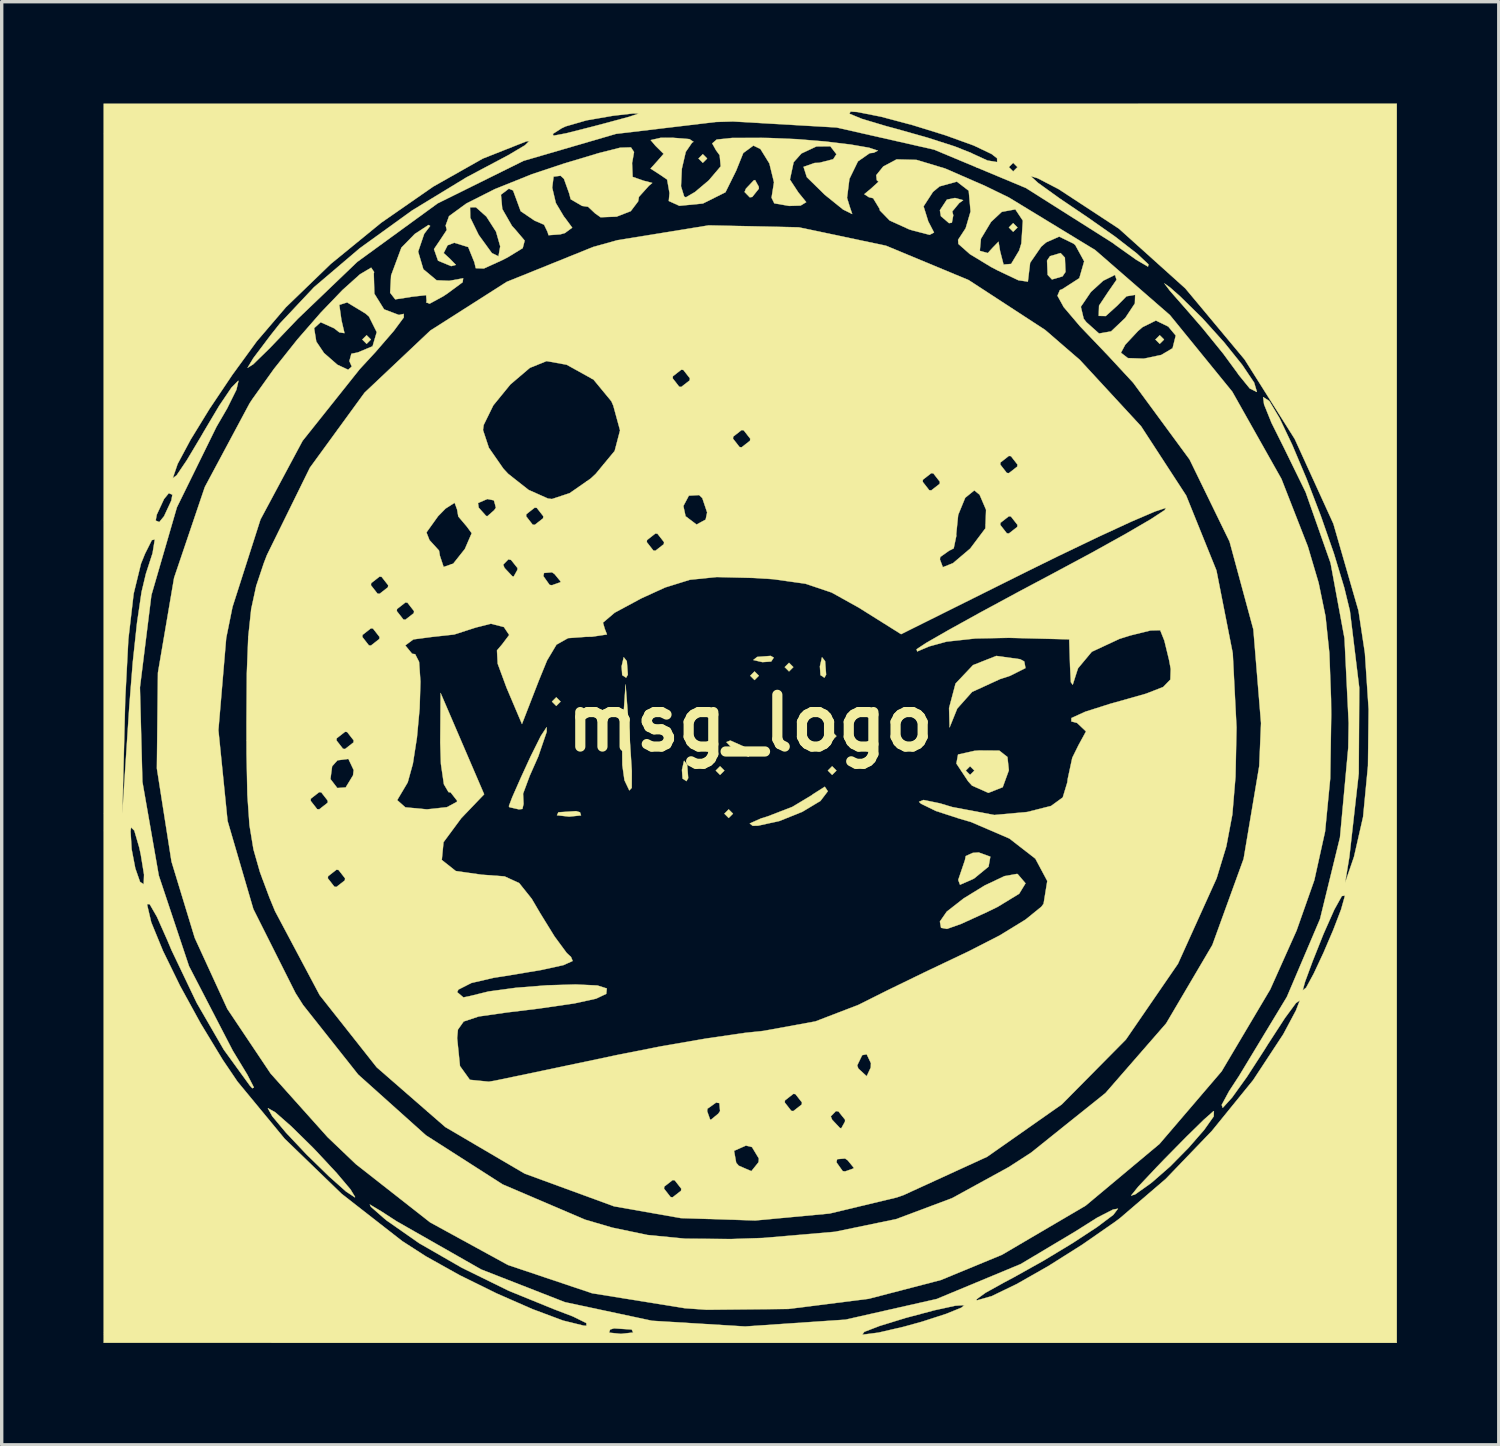
<source format=kicad_pcb>
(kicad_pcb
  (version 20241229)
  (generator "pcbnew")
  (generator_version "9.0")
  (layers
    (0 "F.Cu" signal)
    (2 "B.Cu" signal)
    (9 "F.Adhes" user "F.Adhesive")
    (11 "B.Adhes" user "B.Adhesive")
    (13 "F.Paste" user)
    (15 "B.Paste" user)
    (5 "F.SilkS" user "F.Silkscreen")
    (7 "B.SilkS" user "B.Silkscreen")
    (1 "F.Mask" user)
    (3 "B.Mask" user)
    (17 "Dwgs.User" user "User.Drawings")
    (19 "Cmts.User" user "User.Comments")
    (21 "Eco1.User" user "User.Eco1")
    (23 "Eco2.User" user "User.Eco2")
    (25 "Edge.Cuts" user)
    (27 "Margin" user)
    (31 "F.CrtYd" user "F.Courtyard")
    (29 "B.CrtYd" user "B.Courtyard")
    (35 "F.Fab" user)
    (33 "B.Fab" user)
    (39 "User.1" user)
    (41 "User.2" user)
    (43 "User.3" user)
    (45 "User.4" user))
  (footprint "msg_logo"
    (layer "F.Cu")
    (at 19.055 18.257)
    (property "Reference" "msg_logo" (at 0 0 0) (layer "F.SilkS") (effects (font (size 1.524 1.524) (thickness 0.3))))
    (attr through_hole)
    (fp_poly (pts (xy -11.176 -11.303) (xy -11.303 -11.176) (xy -11.43 -11.303) (xy -11.303 -11.43) (xy -11.176 -11.303)) (stroke (width 0.01) (type solid)) (fill yes) (layer "F.SilkS"))
    (fp_poly (pts (xy -5.588 -0.635) (xy -5.715 -0.508) (xy -5.842 -0.635) (xy -5.715 -0.762) (xy -5.588 -0.635)) (stroke (width 0.01) (type solid)) (fill yes) (layer "F.SilkS"))
    (fp_poly (pts (xy -1.27 -16.637) (xy -1.397 -16.51) (xy -1.524 -16.637) (xy -1.397 -16.764) (xy -1.27 -16.637)) (stroke (width 0.01) (type solid)) (fill yes) (layer "F.SilkS"))
    (fp_poly (pts (xy -0.762 1.397) (xy -0.889 1.524) (xy -1.016 1.397) (xy -0.889 1.27) (xy -0.762 1.397)) (stroke (width 0.01) (type solid)) (fill yes) (layer "F.SilkS"))
    (fp_poly (pts (xy -0.508 2.667) (xy -0.635 2.794) (xy -0.762 2.667) (xy -0.635 2.54) (xy -0.508 2.667)) (stroke (width 0.01) (type solid)) (fill yes) (layer "F.SilkS"))
    (fp_poly (pts (xy 0.254 -1.397) (xy 0.127 -1.27) (xy 0 -1.397) (xy 0.127 -1.524) (xy 0.254 -1.397)) (stroke (width 0.01) (type solid)) (fill yes) (layer "F.SilkS"))
    (fp_poly (pts (xy 1.27 -1.651) (xy 1.143 -1.524) (xy 1.016 -1.651) (xy 1.143 -1.778) (xy 1.27 -1.651)) (stroke (width 0.01) (type solid)) (fill yes) (layer "F.SilkS"))
    (fp_poly (pts (xy 2.54 0.381) (xy 2.413 0.508) (xy 2.286 0.381) (xy 2.413 0.254) (xy 2.54 0.381)) (stroke (width 0.01) (type solid)) (fill yes) (layer "F.SilkS"))
    (fp_poly (pts (xy 2.54 1.397) (xy 2.413 1.524) (xy 2.286 1.397) (xy 2.413 1.27) (xy 2.54 1.397)) (stroke (width 0.01) (type solid)) (fill yes) (layer "F.SilkS"))
    (fp_poly (pts (xy 7.874 -14.605) (xy 7.747 -14.478) (xy 7.62 -14.605) (xy 7.747 -14.732) (xy 7.874 -14.605)) (stroke (width 0.01) (type solid)) (fill yes) (layer "F.SilkS"))
    (fp_poly (pts (xy 12.192 -11.303) (xy 12.065 -11.176) (xy 11.938 -11.303) (xy 12.065 -11.43) (xy 12.192 -11.303)) (stroke (width 0.01) (type solid)) (fill yes) (layer "F.SilkS"))
    (fp_poly (pts (xy -5.016 2.626) (xy -4.985 2.718) (xy -5.334 2.754) (xy -5.695 2.714) (xy -5.652 2.626) (xy -5.131 2.592) (xy -5.016 2.626)) (stroke (width 0.01) (type solid)) (fill yes) (layer "F.SilkS"))
    (fp_poly (pts (xy -3.636 -1.826) (xy -3.606 -1.429) (xy -3.657 -1.339) (xy -3.772 -1.415) (xy -3.79 -1.672) (xy -3.728 -1.943) (xy -3.636 -1.826)) (stroke (width 0.01) (type solid)) (fill yes) (layer "F.SilkS"))
    (fp_poly (pts (xy -1.858 1.222) (xy -1.828 1.619) (xy -1.879 1.709) (xy -1.994 1.633) (xy -2.012 1.376) (xy -1.95 1.105) (xy -1.858 1.222)) (stroke (width 0.01) (type solid)) (fill yes) (layer "F.SilkS"))
    (fp_poly (pts (xy 0.693 -1.931) (xy 0.617 -1.816) (xy 0.36 -1.798) (xy 0.089 -1.86) (xy 0.206 -1.952) (xy 0.603 -1.982) (xy 0.693 -1.931)) (stroke (width 0.01) (type solid)) (fill yes) (layer "F.SilkS"))
    (fp_poly (pts (xy 2.206 -1.826) (xy 2.236 -1.429) (xy 2.185 -1.339) (xy 2.07 -1.415) (xy 2.052 -1.672) (xy 2.114 -1.943) (xy 2.206 -1.826)) (stroke (width 0.01) (type solid)) (fill yes) (layer "F.SilkS"))
    (fp_poly (pts (xy -0.181 0.693) (xy -0.127 0.762) (xy -0.038 0.99) (xy -0.278 0.904) (xy -0.508 0.762) (xy -0.703 0.558) (xy -0.586 0.512) (xy -0.181 0.693)) (stroke (width 0.01) (type solid)) (fill yes) (layer "F.SilkS"))
    (fp_poly (pts (xy 0.251 -15.805) (xy 0.254 -15.748) (xy 0.059 -15.504) (xy -0.015 -15.494) (xy -0.167 -15.65) (xy -0.127 -15.748) (xy 0.101 -15.99) (xy 0.142 -16.002) (xy 0.251 -15.805)) (stroke (width 0.01) (type solid)) (fill yes) (layer "F.SilkS"))
    (fp_poly (pts (xy 9.271 -13.716) (xy 9.289 -13.295) (xy 9.201 -13.164) (xy 8.89 -13.073) (xy 8.763 -13.208) (xy 8.745 -13.629) (xy 8.833 -13.76) (xy 9.144 -13.851) (xy 9.271 -13.716)) (stroke (width 0.01) (type solid)) (fill yes) (layer "F.SilkS"))
    (fp_poly (pts (xy -3.551 0.445) (xy -3.489 1.408) (xy -3.491 1.907) (xy -3.563 1.982) (xy -3.706 1.682) (xy -3.769 1.234) (xy -3.776 0.496) (xy -3.757 0.095) (xy -3.673 -1.143) (xy -3.551 0.445)) (stroke (width 0.01) (type solid)) (fill yes) (layer "F.SilkS"))
    (fp_poly (pts (xy 6.274 -15.409) (xy 6.158 -15.325) (xy 5.952 -15.076) (xy 5.982 -14.964) (xy 5.941 -14.746) (xy 5.857 -14.732) (xy 5.618 -14.937) (xy 5.588 -15.113) (xy 5.794 -15.425) (xy 6.032 -15.474) (xy 6.274 -15.409)) (stroke (width 0.01) (type solid)) (fill yes) (layer "F.SilkS"))
    (fp_poly (pts (xy 7.074 3.934) (xy 7.022 4.227) (xy 6.599 4.574) (xy 6.565 4.593) (xy 6.181 4.761) (xy 6.128 4.619) (xy 6.184 4.454) (xy 6.326 4.035) (xy 6.35 3.916) (xy 6.557 3.822) (xy 6.731 3.81) (xy 7.074 3.934)) (stroke (width 0.01) (type solid)) (fill yes) (layer "F.SilkS"))
    (fp_poly (pts (xy 7.952 -1.884) (xy 8.074 -1.817) (xy 8.11 -1.623) (xy 7.652 -1.393) (xy 7.362 -1.299) (xy 6.536 -0.92) (xy 6.099 -0.43) (xy 5.874 0.127) (xy 5.858 -0.445) (xy 6.049 -1.166) (xy 6.564 -1.71) (xy 7.249 -1.981) (xy 7.952 -1.884)) (stroke (width 0.01) (type solid)) (fill yes) (layer "F.SilkS"))
    (fp_poly (pts (xy 2.286 2.006) (xy 2.068 2.292) (xy 1.534 2.612) (xy 0.863 2.882) (xy 0.231 3.021) (xy 0.072 3.025) (xy -0.015 2.955) (xy 0.319 2.807) (xy 0.508 2.749) (xy 1.241 2.466) (xy 1.815 2.121) (xy 1.841 2.098) (xy 2.197 1.873) (xy 2.286 2.006)) (stroke (width 0.01) (type solid)) (fill yes) (layer "F.SilkS"))
    (fp_poly (pts (xy -5.997 0.254) (xy -6.244 0.979) (xy -6.499 1.555) (xy -6.693 2.078) (xy -6.679 2.381) (xy -6.713 2.528) (xy -6.816 2.54) (xy -7.096 2.476) (xy -7.112 2.446) (xy -7.013 2.184) (xy -6.756 1.601) (xy -6.473 0.985) (xy -6.17 0.378) (xy -6 0.12) (xy -5.997 0.254)) (stroke (width 0.01) (type solid)) (fill yes) (layer "F.SilkS"))
    (fp_poly (pts (xy 7.883 4.451) (xy 8.111 4.719) (xy 7.924 5.026) (xy 7.291 5.412) (xy 6.988 5.56) (xy 6.217 5.913) (xy 5.797 6.062) (xy 5.622 6.03) (xy 5.588 5.845) (xy 5.79 5.553) (xy 6.286 5.165) (xy 6.909 4.782) (xy 7.49 4.507) (xy 7.863 4.441) (xy 7.883 4.451)) (stroke (width 0.01) (type solid)) (fill yes) (layer "F.SilkS"))
    (fp_poly (pts (xy 13.656 11.586) (xy 13.376 11.982) (xy 12.918 12.508) (xy 12.376 13.058) (xy 11.846 13.522) (xy 11.757 13.59) (xy 11.337 13.887) (xy 11.222 13.919) (xy 11.43 13.66) (xy 11.977 13.079) (xy 12.183 12.865) (xy 12.846 12.191) (xy 13.361 11.687) (xy 13.639 11.441) (xy 13.661 11.43) (xy 13.656 11.586)) (stroke (width 0.01) (type solid)) (fill yes) (layer "F.SilkS"))
    (fp_poly (pts (xy -13.993 11.467) (xy -13.526 11.877) (xy -12.9 12.492) (xy -12.787 12.609) (xy -12.183 13.258) (xy -11.777 13.739) (xy -11.642 13.963) (xy -11.653 13.97) (xy -11.907 13.802) (xy -12.405 13.36) (xy -13.043 12.738) (xy -13.075 12.706) (xy -13.675 12.07) (xy -14.081 11.585) (xy -14.212 11.35) (xy -14.209 11.345) (xy -13.993 11.467)) (stroke (width 0.01) (type solid)) (fill yes) (layer "F.SilkS"))
    (fp_poly (pts (xy 12.367 -12.839) (xy 12.668 -12.573) (xy 13.322 -11.931) (xy 13.959 -11.224) (xy 14.496 -10.556) (xy 14.847 -10.034) (xy 14.928 -9.763) (xy 14.924 -9.759) (xy 14.719 -9.86) (xy 14.386 -10.269) (xy 14.352 -10.321) (xy 13.933 -10.891) (xy 13.325 -11.639) (xy 12.865 -12.17) (xy 12.365 -12.74) (xy 12.202 -12.957) (xy 12.367 -12.839)) (stroke (width 0.01) (type solid)) (fill yes) (layer "F.SilkS"))
    (fp_poly (pts (xy 7.338 0.809) (xy 7.578 0.997) (xy 7.62 1.389) (xy 7.439 1.887) (xy 7.017 2.054) (xy 6.535 1.84) (xy 6.421 1.714) (xy 6.211 1.397) (xy 6.35 1.397) (xy 6.477 1.524) (xy 6.604 1.397) (xy 6.477 1.27) (xy 6.35 1.397) (xy 6.211 1.397) (xy 6.074 1.19) (xy 6.123 0.924) (xy 6.603 0.816) (xy 6.747 0.805) (xy 7.338 0.809)) (stroke (width 0.01) (type solid)) (fill yes) (layer "F.SilkS"))
    (fp_poly (pts (xy -9.43 -14.65) (xy -9.606 -14.419) (xy -9.785 -13.893) (xy -9.632 -13.375) (xy -9.241 -13.049) (xy -8.868 -13.033) (xy -8.458 -13.108) (xy -8.474 -12.991) (xy -8.924 -12.658) (xy -9.048 -12.576) (xy -9.447 -12.359) (xy -9.551 -12.4) (xy -9.535 -12.43) (xy -9.55 -12.611) (xy -9.987 -12.562) (xy -10.013 -12.555) (xy -10.46 -12.487) (xy -10.61 -12.681) (xy -10.582 -13.192) (xy -10.278 -14.011) (xy -9.883 -14.414) (xy -9.478 -14.679) (xy -9.43 -14.65)) (stroke (width 0.01) (type solid)) (fill yes) (layer "F.SilkS"))
    (fp_poly (pts (xy -1.79 -17.208) (xy -1.671 -17.128) (xy -1.714 -17.104) (xy -1.9 -16.832) (xy -2.016 -16.331) (xy -2.04 -15.819) (xy -1.946 -15.513) (xy -1.894 -15.494) (xy -1.629 -15.649) (xy -1.221 -15.993) (xy -0.87 -16.406) (xy -0.901 -16.734) (xy -1.009 -16.882) (xy -1.12 -17.081) (xy -0.989 -17.195) (xy -0.532 -17.243) (xy 0.335 -17.245) (xy 0.54 -17.242) (xy 1.378 -17.207) (xy 2.215 -17.138) (xy 2.955 -17.049) (xy 3.503 -16.954) (xy 3.762 -16.868) (xy 3.638 -16.806) (xy 3.52 -16.794) (xy 3.174 -16.553) (xy 2.922 -16.036) (xy 2.852 -15.477) (xy 2.928 -15.228) (xy 3.005 -15.001) (xy 2.739 -15.131) (xy 2.199 -15.566) (xy 1.667 -16.088) (xy 1.57 -16.391) (xy 1.9 -16.506) (xy 2.032 -16.51) (xy 2.445 -16.616) (xy 2.54 -16.764) (xy 2.36 -16.997) (xy 1.95 -16.992) (xy 1.508 -16.785) (xy 1.279 -16.528) (xy 1.169 -16.016) (xy 1.416 -15.639) (xy 1.65 -15.351) (xy 1.483 -15.25) (xy 1.146 -15.24) (xy 0.709 -15.316) (xy 0.628 -15.482) (xy 0.7 -15.936) (xy 0.564 -16.491) (xy 0.3 -16.918) (xy 0.093 -17.018) (xy -0.206 -16.798) (xy -0.415 -16.278) (xy -0.73 -15.642) (xy -1.394 -15.311) (xy -2.088 -15.243) (xy -2.4 -15.385) (xy -2.379 -15.619) (xy -2.449 -16.017) (xy -2.662 -16.162) (xy -2.937 -16.34) (xy -2.752 -16.545) (xy -2.552 -16.774) (xy -2.794 -17.014) (xy -2.933 -17.179) (xy -2.641 -17.246) (xy -2.286 -17.248) (xy -1.79 -17.208)) (stroke (width 0.01) (type solid)) (fill yes) (layer "F.SilkS"))
    (fp_poly (pts (xy -3.424 -16.827) (xy -3.474 -16.542) (xy -3.482 -16.51) (xy -3.465 -16.096) (xy -3.141 -15.982) (xy -2.886 -15.917) (xy -2.985 -15.834) (xy -3.28 -15.506) (xy -3.302 -15.375) (xy -3.52 -15.086) (xy -3.937 -14.924) (xy -4.409 -14.906) (xy -4.572 -15.021) (xy -4.778 -15.215) (xy -4.953 -15.24) (xy -5.29 -15.436) (xy -5.334 -15.606) (xy -5.489 -16.038) (xy -5.588 -16.129) (xy -5.794 -16.103) (xy -5.835 -15.777) (xy -5.728 -15.326) (xy -5.488 -14.923) (xy -5.47 -14.904) (xy -5.245 -14.599) (xy -5.462 -14.44) (xy -5.597 -14.402) (xy -5.943 -14.377) (xy -5.972 -14.473) (xy -6.074 -14.686) (xy -6.353 -14.806) (xy -6.764 -15.085) (xy -6.858 -15.343) (xy -6.988 -15.696) (xy -7.112 -15.748) (xy -7.345 -15.571) (xy -7.306 -15.15) (xy -7.021 -14.652) (xy -6.912 -14.532) (xy -6.646 -14.218) (xy -6.704 -13.996) (xy -7.146 -13.725) (xy -7.293 -13.649) (xy -7.848 -13.396) (xy -8.087 -13.405) (xy -8.128 -13.579) (xy -8.31 -14.028) (xy -8.722 -14.155) (xy -8.917 -14.08) (xy -9.033 -13.851) (xy -8.854 -13.688) (xy -8.673 -13.502) (xy -8.812 -13.466) (xy -9.198 -13.626) (xy -9.318 -13.967) (xy -9.144 -14.224) (xy -8.941 -14.531) (xy -8.974 -14.663) (xy -8.875 -14.938) (xy -8.519 -15.198) (xy -8.255 -15.198) (xy -8.249 -14.893) (xy -8.003 -14.39) (xy -7.992 -14.373) (xy -7.612 -13.85) (xy -7.418 -13.755) (xy -7.366 -14.048) (xy -7.49 -14.482) (xy -7.773 -14.924) (xy -8.084 -15.201) (xy -8.255 -15.198) (xy -8.519 -15.198) (xy -8.366 -15.31) (xy -7.525 -15.735) (xy -6.432 -16.174) (xy -5.498 -16.485) (xy -4.466 -16.795) (xy -3.834 -16.955) (xy -3.515 -16.965) (xy -3.424 -16.827)) (stroke (width 0.01) (type solid)) (fill yes) (layer "F.SilkS"))
    (fp_poly (pts (xy 4.899 -16.596) (xy 5.748 -16.34) (xy 6.924 -15.827) (xy 7.622 -15.487) (xy 10.163 -13.94) (xy 12.365 -12.024) (xy 14.203 -9.766) (xy 15.652 -7.195) (xy 16.429 -5.207) (xy 16.747 -4.134) (xy 16.95 -3.148) (xy 17.063 -2.067) (xy 17.113 -0.71) (xy 17.118 -0.254) (xy 17.089 1.629) (xy 16.937 3.195) (xy 16.62 4.627) (xy 16.098 6.109) (xy 15.331 7.823) (xy 15.317 7.852) (xy 13.888 10.26) (xy 12.058 12.398) (xy 9.883 14.216) (xy 7.419 15.663) (xy 5.617 16.407) (xy 3.492 16.96) (xy 1.122 17.26) (xy -1.284 17.284) (xy -1.929 17.238) (xy -4.66 16.797) (xy -7.137 15.965) (xy -9.433 14.708) (xy -11.621 12.992) (xy -12.452 12.199) (xy -14.132 10.323) (xy -15.407 8.419) (xy -16.366 6.33) (xy -17.052 4.078) (xy -17.483 1.333) (xy -17.452 -1.485) (xy -16.976 -4.281) (xy -16.07 -6.958) (xy -14.751 -9.423) (xy -14.664 -9.555) (xy -14.036 -10.434) (xy -13.344 -11.304) (xy -13.053 -11.638) (xy -12.85 -11.638) (xy -12.786 -11.243) (xy -12.559 -10.906) (xy -12.164 -10.56) (xy -11.847 -10.413) (xy -11.74 -10.507) (xy -11.811 -10.668) (xy -11.752 -10.884) (xy -11.564 -10.922) (xy -11.128 -11.104) (xy -11.005 -11.521) (xy -11.234 -11.981) (xy -11.335 -12.069) (xy -11.876 -12.397) (xy -12.108 -12.324) (xy -12.045 -11.876) (xy -11.955 -11.491) (xy -12.108 -11.515) (xy -12.26 -11.635) (xy -12.657 -11.813) (xy -12.85 -11.638) (xy -13.053 -11.638) (xy -12.649 -12.101) (xy -12.014 -12.762) (xy -11.5 -13.224) (xy -11.169 -13.421) (xy -11.082 -13.291) (xy -11.092 -13.248) (xy -11.075 -12.654) (xy -10.788 -12.192) (xy -10.351 -12.027) (xy -10.21 -12.059) (xy -10.208 -11.954) (xy -10.504 -11.555) (xy -11.044 -10.931) (xy -11.506 -10.431) (xy -13.19 -8.318) (xy -14.43 -6.002) (xy -15.255 -3.423) (xy -15.44 -2.509) (xy -15.67 0.205) (xy -15.4 2.881) (xy -14.64 5.479) (xy -13.397 7.955) (xy -13.176 8.304) (xy -11.551 10.355) (xy -9.557 12.142) (xy -7.296 13.59) (xy -4.869 14.628) (xy -4.064 14.864) (xy -3.026 15.081) (xy -1.915 15.189) (xy -0.562 15.2) (xy 0.381 15.168) (xy 2.498 14.986) (xy 4.296 14.614) (xy 5.946 13.996) (xy 7.617 13.08) (xy 8.274 12.655) (xy 10.467 10.898) (xy 12.254 8.847) (xy 13.616 6.536) (xy 14.537 3.997) (xy 14.997 1.263) (xy 15.05 0) (xy 14.824 -2.761) (xy 14.123 -5.349) (xy 12.944 -7.77) (xy 11.283 -10.03) (xy 10.531 -10.842) (xy 10.462 -10.914) (xy 10.922 -10.914) (xy 11.127 -10.756) (xy 11.595 -10.74) (xy 12.111 -10.849) (xy 12.444 -11.047) (xy 12.537 -11.421) (xy 12.317 -11.685) (xy 11.952 -11.863) (xy 11.56 -11.669) (xy 11.425 -11.553) (xy 11.05 -11.152) (xy 10.922 -10.914) (xy 10.462 -10.914) (xy 9.717 -11.693) (xy 9.238 -12.257) (xy 9.231 -12.269) (xy 9.741 -12.269) (xy 9.825 -11.916) (xy 9.902 -11.816) (xy 10.277 -11.481) (xy 10.632 -11.543) (xy 11.05 -11.94) (xy 11.333 -12.367) (xy 11.341 -12.62) (xy 11.085 -12.577) (xy 10.813 -12.301) (xy 10.475 -11.995) (xy 10.267 -12) (xy 10.277 -12.301) (xy 10.54 -12.698) (xy 10.793 -13.063) (xy 10.747 -13.208) (xy 10.401 -13.037) (xy 10.037 -12.705) (xy 9.741 -12.269) (xy 9.231 -12.269) (xy 9.052 -12.593) (xy 9.122 -12.759) (xy 9.194 -12.787) (xy 9.696 -13.11) (xy 9.839 -13.607) (xy 9.576 -14.088) (xy 9.521 -14.132) (xy 9.103 -14.336) (xy 8.721 -14.167) (xy 8.575 -14.041) (xy 8.247 -13.565) (xy 8.203 -13.201) (xy 8.18 -13.009) (xy 7.9 -13.05) (xy 7.286 -13.341) (xy 7.094 -13.442) (xy 6.471 -13.82) (xy 6.362 -13.917) (xy 6.764 -13.917) (xy 6.764 -13.916) (xy 7 -13.851) (xy 7.14 -14.006) (xy 7.315 -14.186) (xy 7.362 -13.906) (xy 7.464 -13.512) (xy 7.687 -13.531) (xy 7.924 -13.926) (xy 7.988 -14.134) (xy 8.032 -14.807) (xy 7.811 -15.138) (xy 7.411 -15.065) (xy 7.095 -14.769) (xy 6.797 -14.272) (xy 6.764 -13.917) (xy 6.362 -13.917) (xy 6.133 -14.119) (xy 6.124 -14.241) (xy 6.347 -14.582) (xy 6.492 -15.076) (xy 6.437 -15.687) (xy 6.088 -15.956) (xy 5.578 -15.815) (xy 5.383 -15.652) (xy 5.107 -15.227) (xy 5.248 -14.775) (xy 5.26 -14.756) (xy 5.415 -14.456) (xy 5.285 -14.388) (xy 4.777 -14.52) (xy 4.683 -14.549) (xy 4.107 -14.811) (xy 3.818 -15.108) (xy 3.81 -15.156) (xy 3.621 -15.467) (xy 3.493 -15.498) (xy 3.36 -15.586) (xy 3.556 -15.748) (xy 3.779 -15.952) (xy 3.728 -15.998) (xy 3.713 -16.146) (xy 3.92 -16.402) (xy 4.312 -16.611) (xy 4.899 -16.596)) (stroke (width 0.01) (type solid)) (fill yes) (layer "F.SilkS"))
    (fp_poly (pts (xy 19.05 18.259) (xy 0 18.259) (xy -19.05 18.258) (xy -19.05 18.014) (xy 3.302 18.014) (xy 3.319 18.016) (xy 3.777 17.957) (xy 4.52 17.785) (xy 5.059 17.636) (xy 5.775 17.404) (xy 6.224 17.221) (xy 6.309 17.147) (xy 6.039 17.165) (xy 5.416 17.301) (xy 4.576 17.525) (xy 4.57 17.527) (xy 3.813 17.76) (xy 3.361 17.934) (xy 3.302 18.014) (xy -19.05 18.014) (xy -19.05 17.958) (xy -4.159 17.958) (xy -3.81 17.994) (xy -3.449 17.954) (xy -3.493 17.866) (xy -4.013 17.832) (xy -4.128 17.866) (xy -4.159 17.958) (xy -19.05 17.958) (xy -19.05 3.175) (xy -18.259 3.175) (xy -18.226 3.717) (xy -18.118 4.279) (xy -17.979 4.676) (xy -17.871 4.747) (xy -17.861 4.462) (xy -17.957 3.872) (xy -18.004 3.658) (xy -18.148 3.165) (xy -18.243 3.071) (xy -18.259 3.175) (xy -19.05 3.175) (xy -19.05 2.667) (xy -18.501 2.667) (xy -18.295 -0.508) (xy -18.252 -1.052) (xy -17.982 -1.052) (xy -17.909 1.728) (xy -17.426 4.491) (xy -16.536 7.161) (xy -15.242 9.659) (xy -15.223 9.689) (xy -14.817 10.359) (xy -14.624 10.734) (xy -14.671 10.757) (xy -14.744 10.678) (xy -15.511 9.621) (xy -16.311 8.238) (xy -17.049 6.693) (xy -17.177 6.39) (xy -17.48 5.708) (xy -17.696 5.332) (xy -17.774 5.334) (xy -17.649 5.867) (xy -17.304 6.708) (xy -16.799 7.742) (xy -16.191 8.851) (xy -15.542 9.92) (xy -15.108 10.561) (xy -13.719 12.244) (xy -12.038 13.869) (xy -10.255 15.26) (xy -9.561 15.707) (xy -8.563 16.265) (xy -7.471 16.803) (xy -6.412 17.267) (xy -5.515 17.602) (xy -4.905 17.752) (xy -4.826 17.755) (xy -4.829 17.676) (xy -5.224 17.481) (xy -5.776 17.27) (xy -7.112 16.726) (xy -8.495 16.047) (xy -9.753 15.324) (xy -10.716 14.651) (xy -10.795 14.585) (xy -11.175 14.251) (xy -11.21 14.182) (xy -10.871 14.384) (xy -10.414 14.68) (xy -7.928 16.096) (xy -5.461 17.06) (xy -2.893 17.608) (xy -0.15 17.776) (xy 2.806 17.575) (xy 5.493 16.967) (xy 7.968 15.938) (xy 9.573 14.98) (xy 10.225 14.569) (xy 10.69 14.331) (xy 10.835 14.306) (xy 10.698 14.487) (xy 10.219 14.847) (xy 9.499 15.319) (xy 8.639 15.839) (xy 7.743 16.34) (xy 7.493 16.472) (xy 6.934 16.782) (xy 6.666 16.976) (xy 6.676 17.007) (xy 7.114 16.883) (xy 7.853 16.525) (xy 8.78 15.998) (xy 9.784 15.364) (xy 10.754 14.69) (xy 10.894 14.585) (xy 12.243 13.428) (xy 13.601 12.015) (xy 14.817 10.518) (xy 15.705 9.167) (xy 16.078 8.467) (xy 16.193 8.168) (xy 16.078 8.248) (xy 15.755 8.687) (xy 15.252 9.462) (xy 15.139 9.643) (xy 14.632 10.426) (xy 14.196 11.032) (xy 13.924 11.332) (xy 13.921 11.334) (xy 13.891 11.248) (xy 14.108 10.845) (xy 14.405 10.39) (xy 15.811 8.066) (xy 15.893 7.874) (xy 16.277 7.874) (xy 16.379 7.793) (xy 16.604 7.377) (xy 16.891 6.763) (xy 17.179 6.089) (xy 17.408 5.492) (xy 17.515 5.11) (xy 17.517 5.08) (xy 17.431 5.095) (xy 17.208 5.496) (xy 16.896 6.199) (xy 16.886 6.223) (xy 16.567 7.023) (xy 16.347 7.62) (xy 16.277 7.874) (xy 15.893 7.874) (xy 16.788 5.771) (xy 17.376 3.368) (xy 17.62 0.721) (xy 17.632 0) (xy 17.509 -2.501) (xy 17.099 -4.718) (xy 16.364 -6.807) (xy 15.728 -8.108) (xy 15.359 -8.847) (xy 15.139 -9.393) (xy 15.112 -9.608) (xy 15.294 -9.493) (xy 15.594 -8.99) (xy 15.972 -8.194) (xy 16.392 -7.2) (xy 16.812 -6.105) (xy 17.196 -5.003) (xy 17.503 -3.989) (xy 17.668 -3.311) (xy 17.944 -1.043) (xy 17.929 1.482) (xy 17.653 3.937) (xy 17.528 4.699) (xy 17.789 3.937) (xy 18.057 2.761) (xy 18.201 1.258) (xy 18.22 -0.408) (xy 18.11 -2.069) (xy 17.922 -3.311) (xy 17.182 -5.875) (xy 16.043 -8.373) (xy 14.567 -10.714) (xy 12.819 -12.81) (xy 10.861 -14.571) (xy 9.089 -15.733) (xy 8.465 -16.057) (xy 8.264 -16.117) (xy 8.48 -15.919) (xy 9.105 -15.469) (xy 9.957 -14.892) (xy 10.745 -14.339) (xy 11.39 -13.839) (xy 11.735 -13.517) (xy 11.719 -13.451) (xy 11.374 -13.653) (xy 10.772 -14.08) (xy 10.668 -14.157) (xy 8.122 -15.768) (xy 6.651 -16.383) (xy 7.62 -16.383) (xy 7.747 -16.256) (xy 7.874 -16.383) (xy 7.747 -16.51) (xy 7.62 -16.383) (xy 6.651 -16.383) (xy 5.416 -16.899) (xy 2.542 -17.551) (xy -0.508 -17.728) (xy -1.016 -17.713) (xy -3.956 -17.363) (xy -6.677 -16.569) (xy -9.209 -15.316) (xy -11.579 -13.591) (xy -13.324 -11.92) (xy -14.151 -11.055) (xy -14.647 -10.571) (xy -14.811 -10.471) (xy -14.643 -10.752) (xy -14.142 -11.417) (xy -13.859 -11.775) (xy -12.851 -12.847) (xy -11.506 -13.992) (xy -9.963 -15.106) (xy -8.36 -16.082) (xy -7.912 -16.32) (xy -7.127 -16.736) (xy -6.638 -17.027) (xy -6.509 -17.153) (xy -6.604 -17.139) (xy -7.88 -16.635) (xy -9.341 -15.809) (xy -10.873 -14.745) (xy -12.358 -13.532) (xy -13.681 -12.255) (xy -14.542 -11.248) (xy -15.26 -10.262) (xy -15.931 -9.262) (xy -16.49 -8.351) (xy -16.872 -7.636) (xy -17.014 -7.22) (xy -17.014 -7.217) (xy -16.9 -7.304) (xy -16.602 -7.745) (xy -16.18 -8.451) (xy -16.1 -8.59) (xy -15.646 -9.353) (xy -15.286 -9.885) (xy -15.089 -10.087) (xy -15.079 -10.083) (xy -15.139 -9.825) (xy -15.412 -9.274) (xy -15.727 -8.732) (xy -16.893 -6.359) (xy -17.644 -3.774) (xy -17.982 -1.052) (xy -18.252 -1.052) (xy -18.193 -1.795) (xy -18.068 -2.957) (xy -17.934 -3.867) (xy -17.808 -4.396) (xy -17.808 -4.398) (xy -17.61 -5.008) (xy -17.544 -5.414) (xy -17.632 -5.392) (xy -17.833 -4.991) (xy -17.951 -4.699) (xy -18.167 -3.816) (xy -18.323 -2.472) (xy -18.415 -0.71) (xy -18.42 -0.508) (xy -18.501 2.667) (xy -19.05 2.667) (xy -19.05 -5.969) (xy -17.518 -5.969) (xy -17.413 -5.924) (xy -17.272 -6.096) (xy -17.057 -6.559) (xy -17.026 -6.731) (xy -17.131 -6.776) (xy -17.272 -6.604) (xy -17.487 -6.141) (xy -17.518 -5.969) (xy -19.05 -5.969) (xy -19.05 -17.361) (xy -5.818 -17.361) (xy -5.795 -17.31) (xy -5.431 -17.378) (xy -4.661 -17.573) (xy -4.318 -17.663) (xy -3.567 -17.866) (xy -3.294 -17.958) (xy 2.918 -17.958) (xy 3.293 -17.804) (xy 4.008 -17.59) (xy 4.258 -17.523) (xy 5.22 -17.252) (xy 6.029 -16.992) (xy 6.521 -16.795) (xy 6.544 -16.782) (xy 6.99 -16.578) (xy 7.275 -16.531) (xy 7.273 -16.643) (xy 7.112 -16.769) (xy 6.585 -17.02) (xy 5.749 -17.322) (xy 4.781 -17.622) (xy 3.857 -17.868) (xy 3.153 -18.007) (xy 2.958 -18.02) (xy 2.918 -17.958) (xy -3.294 -17.958) (xy -3.286 -17.96) (xy -3.453 -17.964) (xy -4.04 -17.897) (xy -4.825 -17.761) (xy -5.438 -17.584) (xy -5.564 -17.524) (xy -5.818 -17.361) (xy -19.05 -17.361) (xy -19.05 -18.251) (xy 0 -18.251) (xy 19.05 -18.252) (xy 19.05 18.259)) (stroke (width 0.01) (type solid)) (fill yes) (layer "F.SilkS"))
    (fp_poly (pts (xy 1.431 -14.609) (xy 4 -14.067) (xy 6.435 -13.055) (xy 8.689 -11.586) (xy 9.714 -10.7) (xy 11.515 -8.749) (xy 12.845 -6.706) (xy 13.736 -4.5) (xy 14.217 -2.058) (xy 14.328 0.127) (xy 14.298 1.579) (xy 14.205 2.691) (xy 14.027 3.632) (xy 13.742 4.569) (xy 13.741 4.572) (xy 12.603 7.089) (xy 11.068 9.323) (xy 9.179 11.233) (xy 6.98 12.776) (xy 4.512 13.907) (xy 4.318 13.974) (xy 2.34 14.448) (xy 0.148 14.653) (xy -2.047 14.583) (xy -4.013 14.236) (xy -5.433 13.716) (xy -2.54 13.716) (xy -2.347 13.963) (xy -2.286 13.97) (xy -2.039 13.777) (xy -2.032 13.716) (xy -2.225 13.469) (xy -2.286 13.462) (xy -2.533 13.655) (xy -2.54 13.716) (xy -5.433 13.716) (xy -6.646 13.272) (xy -7.791 12.601) (xy -0.477 12.601) (xy -0.414 12.952) (xy -0.339 13.039) (xy 0.033 13.2) (xy 0.243 12.939) (xy 2.54 12.939) (xy 2.724 13.198) (xy 2.794 13.208) (xy 3.041 13.121) (xy 3.048 13.096) (xy 2.87 12.879) (xy 2.794 12.827) (xy 2.56 12.847) (xy 2.54 12.939) (xy 0.243 12.939) (xy 0.245 12.936) (xy 0.254 12.827) (xy 0.051 12.49) (xy -0.127 12.446) (xy -0.477 12.601) (xy -7.791 12.601) (xy -8.985 11.9) (xy -9.525 11.43) (xy -1.27 11.43) (xy -1.183 11.677) (xy -1.158 11.684) (xy -1.038 11.586) (xy 2.373 11.586) (xy 2.413 11.684) (xy 2.641 11.926) (xy 2.682 11.938) (xy 2.791 11.741) (xy 2.794 11.684) (xy 2.599 11.44) (xy 2.525 11.43) (xy 2.373 11.586) (xy -1.038 11.586) (xy -0.941 11.506) (xy -0.889 11.43) (xy -0.909 11.196) (xy -1.001 11.176) (xy 1.016 11.176) (xy 1.209 11.423) (xy 1.27 11.43) (xy 1.517 11.237) (xy 1.524 11.176) (xy 1.331 10.929) (xy 1.27 10.922) (xy 1.023 11.115) (xy 1.016 11.176) (xy -1.001 11.176) (xy -1.26 11.36) (xy -1.27 11.43) (xy -9.525 11.43) (xy -11.006 10.14) (xy -12.686 8.014) (xy -14 5.542) (xy -14.167 5.137) (xy -14.378 4.572) (xy -12.446 4.572) (xy -12.253 4.819) (xy -12.192 4.826) (xy -11.945 4.633) (xy -11.938 4.572) (xy -12.131 4.325) (xy -12.192 4.318) (xy -12.439 4.511) (xy -12.446 4.572) (xy -14.378 4.572) (xy -14.446 4.388) (xy -14.637 3.719) (xy -14.755 3.003) (xy -14.805 2.286) (xy -12.954 2.286) (xy -12.761 2.533) (xy -12.7 2.54) (xy -12.453 2.347) (xy -12.446 2.286) (xy -12.46 2.268) (xy -10.402 2.268) (xy -10.162 2.48) (xy -9.525 2.54) (xy -8.937 2.476) (xy -8.644 2.319) (xy -8.636 2.286) (xy -8.829 2.039) (xy -8.89 2.032) (xy -9.026 1.801) (xy -9.114 1.2) (xy -9.134 0.572) (xy -9.123 -0.889) (xy -7.84 2.096) (xy -8.515 2.801) (xy -9.037 3.507) (xy -9.088 4.031) (xy -8.676 4.357) (xy -7.914 4.465) (xy -7.239 4.515) (xy -6.808 4.712) (xy -6.437 5.177) (xy -6.185 5.606) (xy -5.766 6.285) (xy -5.41 6.768) (xy -5.28 6.891) (xy -5.232 7.007) (xy -5.504 7.129) (xy -6.154 7.272) (xy -7.238 7.453) (xy -7.556 7.502) (xy -8.215 7.655) (xy -8.597 7.849) (xy -8.636 7.924) (xy -8.452 8.08) (xy -8.281 8.046) (xy -7.712 7.906) (xy -6.899 7.796) (xy -5.992 7.724) (xy -5.143 7.699) (xy -4.503 7.729) (xy -4.226 7.817) (xy -4.242 7.975) (xy -4.541 8.117) (xy -5.184 8.258) (xy -6.233 8.41) (xy -7.176 8.525) (xy -8.003 8.643) (xy -8.443 8.79) (xy -8.613 9.029) (xy -8.636 9.279) (xy -8.552 10.103) (xy -8.261 10.508) (xy -7.702 10.564) (xy -7.524 10.534) (xy -6.952 10.415) (xy -6.024 10.221) (xy -5.384 10.086) (xy 3.151 10.086) (xy 3.186 10.178) (xy 3.431 10.403) (xy 3.551 10.146) (xy 3.556 10.018) (xy 3.431 9.756) (xy 3.298 9.782) (xy 3.151 10.086) (xy -5.384 10.086) (xy -4.879 9.98) (xy -3.937 9.78) (xy -2.615 9.519) (xy -1.295 9.291) (xy -0.161 9.126) (xy 0.393 9.067) (xy 1.919 8.788) (xy 3.187 8.301) (xy 4.042 7.873) (xy 5.14 7.339) (xy 6.263 6.805) (xy 6.411 6.735) (xy 7.347 6.256) (xy 8.112 5.787) (xy 8.578 5.409) (xy 8.643 5.321) (xy 8.752 4.65) (xy 8.401 3.993) (xy 7.636 3.399) (xy 6.505 2.913) (xy 6.147 2.808) (xy 5.471 2.588) (xy 5.034 2.375) (xy 4.972 2.317) (xy 5.105 2.263) (xy 5.59 2.363) (xy 5.948 2.471) (xy 7.192 2.706) (xy 8.163 2.617) (xy 8.864 2.439) (xy 9.208 2.189) (xy 9.342 1.746) (xy 9.354 1.644) (xy 9.488 1.021) (xy 9.672 0.648) (xy 9.893 0.244) (xy 9.629 -0.007) (xy 9.461 -0.051) (xy 9.463 -0.151) (xy 9.872 -0.337) (xy 10.604 -0.57) (xy 10.756 -0.612) (xy 11.658 -0.867) (xy 12.166 -1.065) (xy 12.378 -1.283) (xy 12.389 -1.597) (xy 12.341 -1.858) (xy 12.201 -2.433) (xy 12.079 -2.738) (xy 12.078 -2.738) (xy 11.795 -2.731) (xy 11.204 -2.585) (xy 10.881 -2.484) (xy 10.063 -2.103) (xy 9.659 -1.618) (xy 9.621 -1.505) (xy 9.502 -1.132) (xy 9.447 -1.205) (xy 9.423 -1.679) (xy 9.398 -2.469) (xy 7.62 -2.514) (xy 6.636 -2.495) (xy 5.786 -2.402) (xy 5.271 -2.261) (xy 4.92 -2.112) (xy 4.901 -2.178) (xy 5.184 -2.364) (xy 5.838 -2.74) (xy 6.783 -3.263) (xy 7.94 -3.888) (xy 8.838 -4.365) (xy 10.05 -5.015) (xy 11.06 -5.576) (xy 11.801 -6.008) (xy 12.208 -6.275) (xy 12.252 -6.344) (xy 11.927 -6.237) (xy 11.231 -5.939) (xy 10.25 -5.486) (xy 9.066 -4.918) (xy 8.188 -4.486) (xy 4.445 -2.622) (xy 3.2 -3.403) (xy 2.398 -3.849) (xy 1.629 -4.108) (xy 0.676 -4.242) (xy 0.084 -4.279) (xy -0.987 -4.305) (xy -1.777 -4.225) (xy -2.507 -3.998) (xy -3.206 -3.679) (xy -3.994 -3.255) (xy -4.34 -2.961) (xy -4.282 -2.766) (xy -4.281 -2.766) (xy -4.221 -2.613) (xy -4.661 -2.547) (xy -4.834 -2.544) (xy -5.368 -2.505) (xy -5.709 -2.313) (xy -5.986 -1.849) (xy -6.228 -1.257) (xy -6.726 0.025) (xy -7.181 -1.047) (xy -7.441 -1.752) (xy -7.462 -2.144) (xy -7.313 -2.319) (xy -7.102 -2.598) (xy -7.258 -2.832) (xy -7.641 -2.93) (xy -8.084 -2.818) (xy -8.723 -2.612) (xy -9.381 -2.54) (xy -9.924 -2.468) (xy -10.16 -2.294) (xy -10.16 -2.286) (xy -9.963 -2.045) (xy -9.873 -2.032) (xy -9.757 -1.806) (xy -9.717 -1.225) (xy -9.741 -0.434) (xy -9.82 0.422) (xy -9.94 1.196) (xy -10.092 1.745) (xy -10.179 1.892) (xy -10.402 2.268) (xy -12.46 2.268) (xy -12.639 2.039) (xy -12.7 2.032) (xy -12.947 2.225) (xy -12.954 2.286) (xy -14.805 2.286) (xy -14.817 2.111) (xy -14.826 1.647) (xy -12.369 1.647) (xy -12.167 1.911) (xy -11.92 1.894) (xy -11.703 1.538) (xy -11.684 1.382) (xy -11.84 1.053) (xy -12.162 1.095) (xy -12.319 1.27) (xy -12.369 1.647) (xy -14.826 1.647) (xy -14.841 0.916) (xy -14.842 0.508) (xy -12.192 0.508) (xy -11.999 0.755) (xy -11.938 0.762) (xy -11.691 0.569) (xy -11.684 0.508) (xy -11.877 0.261) (xy -11.938 0.254) (xy -12.185 0.447) (xy -12.192 0.508) (xy -14.842 0.508) (xy -14.843 0) (xy -14.833 -1.461) (xy -14.791 -2.538) (xy -14.791 -2.54) (xy -11.43 -2.54) (xy -11.237 -2.293) (xy -11.176 -2.286) (xy -10.929 -2.479) (xy -10.922 -2.54) (xy -11.115 -2.787) (xy -11.176 -2.794) (xy -11.423 -2.601) (xy -11.43 -2.54) (xy -14.791 -2.54) (xy -14.71 -3.302) (xy -10.414 -3.302) (xy -10.221 -3.055) (xy -10.16 -3.048) (xy -9.913 -3.241) (xy -9.906 -3.302) (xy -10.099 -3.549) (xy -10.16 -3.556) (xy -10.407 -3.363) (xy -10.414 -3.302) (xy -14.71 -3.302) (xy -14.705 -3.356) (xy -14.557 -4.039) (xy -14.549 -4.064) (xy -11.176 -4.064) (xy -10.983 -3.817) (xy -10.922 -3.81) (xy -10.675 -4.003) (xy -10.668 -4.064) (xy -10.861 -4.311) (xy -10.922 -4.318) (xy -11.169 -4.125) (xy -11.176 -4.064) (xy -14.549 -4.064) (xy -14.333 -4.712) (xy -14.24 -4.953) (xy -13.912 -5.62) (xy -9.54 -5.62) (xy -9.451 -5.394) (xy -9.17 -5.086) (xy -9.144 -4.932) (xy -9.034 -4.602) (xy -8.837 -4.67) (xy -7.279 -4.67) (xy -7.239 -4.572) (xy -7.011 -4.33) (xy -6.97 -4.318) (xy -6.962 -4.333) (xy -6.096 -4.333) (xy -5.912 -4.074) (xy -5.842 -4.064) (xy -5.595 -4.151) (xy -5.588 -4.176) (xy -5.766 -4.393) (xy -5.842 -4.445) (xy -6.076 -4.425) (xy -6.096 -4.333) (xy -6.962 -4.333) (xy -6.861 -4.515) (xy -6.858 -4.572) (xy -7.053 -4.816) (xy -7.127 -4.826) (xy 5.588 -4.826) (xy 5.675 -4.595) (xy 5.974 -4.714) (xy 6.481 -5.144) (xy 6.928 -5.739) (xy 6.932 -5.842) (xy 7.366 -5.842) (xy 7.559 -5.595) (xy 7.62 -5.588) (xy 7.867 -5.781) (xy 7.874 -5.842) (xy 7.681 -6.089) (xy 7.62 -6.096) (xy 7.373 -5.903) (xy 7.366 -5.842) (xy 6.932 -5.842) (xy 6.948 -6.287) (xy 6.758 -6.731) (xy 6.602 -6.858) (xy 6.334 -6.641) (xy 6.127 -6.137) (xy 6.069 -5.566) (xy 6.073 -5.524) (xy 5.995 -5.15) (xy 5.858 -5.08) (xy 5.599 -4.896) (xy 5.588 -4.826) (xy -7.127 -4.826) (xy -7.279 -4.67) (xy -8.837 -4.67) (xy -8.751 -4.7) (xy -8.408 -5.132) (xy -8.321 -5.334) (xy -3.048 -5.334) (xy -2.855 -5.087) (xy -2.794 -5.08) (xy -2.547 -5.273) (xy -2.54 -5.334) (xy -2.733 -5.581) (xy -2.794 -5.588) (xy -3.041 -5.395) (xy -3.048 -5.334) (xy -8.321 -5.334) (xy -8.207 -5.597) (xy -8.347 -5.788) (xy -8.602 -6.09) (xy -8.636 -6.292) (xy -8.706 -6.485) (xy -8.021 -6.485) (xy -8.001 -6.35) (xy -7.784 -6.108) (xy -7.747 -6.096) (xy -6.604 -6.096) (xy -6.411 -5.849) (xy -6.35 -5.842) (xy -6.103 -6.035) (xy -6.096 -6.096) (xy -6.289 -6.343) (xy -6.35 -6.35) (xy -6.597 -6.157) (xy -6.604 -6.096) (xy -7.747 -6.096) (xy -7.545 -6.273) (xy -7.493 -6.35) (xy -7.506 -6.398) (xy -1.97 -6.398) (xy -1.905 -6.096) (xy -1.581 -5.852) (xy -1.314 -5.998) (xy -1.27 -6.208) (xy -1.413 -6.633) (xy -1.506 -6.72) (xy -1.808 -6.703) (xy -1.97 -6.398) (xy -7.506 -6.398) (xy -7.553 -6.565) (xy -7.747 -6.604) (xy -8.021 -6.485) (xy -8.706 -6.485) (xy -8.709 -6.494) (xy -8.977 -6.323) (xy -9.197 -6.098) (xy -9.54 -5.62) (xy -13.912 -5.62) (xy -12.974 -7.527) (xy -12.166 -8.636) (xy -7.874 -8.636) (xy -7.701 -8.114) (xy -7.273 -7.498) (xy -7.132 -7.346) (xy -6.53 -6.872) (xy -5.96 -6.618) (xy -5.842 -6.604) (xy -5.32 -6.777) (xy -4.838 -7.112) (xy 5.08 -7.112) (xy 5.273 -6.865) (xy 5.334 -6.858) (xy 5.581 -7.051) (xy 5.588 -7.112) (xy 5.395 -7.359) (xy 5.334 -7.366) (xy 5.087 -7.173) (xy 5.08 -7.112) (xy -4.838 -7.112) (xy -4.704 -7.205) (xy -4.552 -7.346) (xy -4.326 -7.62) (xy 7.366 -7.62) (xy 7.559 -7.373) (xy 7.62 -7.366) (xy 7.867 -7.559) (xy 7.874 -7.62) (xy 7.681 -7.867) (xy 7.62 -7.874) (xy 7.373 -7.681) (xy 7.366 -7.62) (xy -4.326 -7.62) (xy -3.995 -8.02) (xy -3.9 -8.382) (xy -0.508 -8.382) (xy -0.315 -8.135) (xy -0.254 -8.128) (xy -0.007 -8.321) (xy 0 -8.382) (xy -0.193 -8.629) (xy -0.254 -8.636) (xy -0.501 -8.443) (xy -0.508 -8.382) (xy -3.9 -8.382) (xy -3.836 -8.627) (xy -4.035 -9.355) (xy -4.092 -9.485) (xy -4.618 -10.123) (xy -4.685 -10.16) (xy -2.286 -10.16) (xy -2.093 -9.913) (xy -2.032 -9.906) (xy -1.785 -10.099) (xy -1.778 -10.16) (xy -1.971 -10.407) (xy -2.032 -10.414) (xy -2.279 -10.221) (xy -2.286 -10.16) (xy -4.685 -10.16) (xy -5.409 -10.561) (xy -6 -10.668) (xy -6.493 -10.469) (xy -7.067 -9.98) (xy -7.57 -9.364) (xy -7.854 -8.785) (xy -7.874 -8.636) (xy -12.166 -8.636) (xy -11.364 -9.737) (xy -9.426 -11.567) (xy -7.176 -13.002) (xy -4.63 -14.03) (xy -3.913 -14.23) (xy -1.222 -14.667) (xy 1.431 -14.609)) (stroke (width 0.01) (type solid)) (fill yes) (layer "F.SilkS")))
  (gr_rect
    (start -3 -3)
    (end 41.11 39.521)
    (stroke (width 0.1) (type default))
    (fill no)
    (layer "Edge.Cuts")))
</source>
